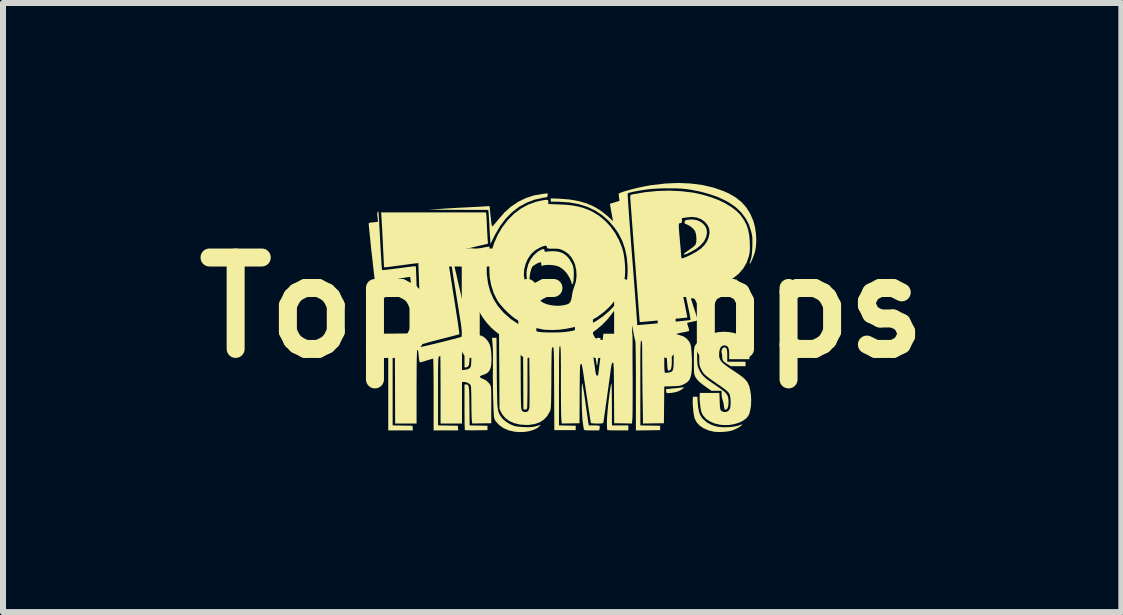
<source format=kicad_pcb>
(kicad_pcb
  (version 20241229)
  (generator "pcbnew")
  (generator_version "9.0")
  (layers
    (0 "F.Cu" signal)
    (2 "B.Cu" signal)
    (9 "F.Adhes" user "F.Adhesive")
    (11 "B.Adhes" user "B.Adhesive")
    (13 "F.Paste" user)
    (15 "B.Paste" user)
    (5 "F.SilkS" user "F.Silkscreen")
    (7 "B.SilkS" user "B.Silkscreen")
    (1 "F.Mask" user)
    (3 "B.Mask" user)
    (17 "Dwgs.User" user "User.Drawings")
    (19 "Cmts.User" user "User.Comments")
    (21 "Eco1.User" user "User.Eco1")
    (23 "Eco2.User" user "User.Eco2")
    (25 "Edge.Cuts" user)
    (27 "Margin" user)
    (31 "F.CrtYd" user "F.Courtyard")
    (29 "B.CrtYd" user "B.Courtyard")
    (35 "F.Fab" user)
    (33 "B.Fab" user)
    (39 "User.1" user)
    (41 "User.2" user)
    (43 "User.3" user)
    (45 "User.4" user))
  (footprint "TopTrumps"
    (layer "F.Cu")
    (at 6.321 2.077)
    (property "Reference" "TopTrumps" (at 0 0 0) (layer "F.SilkS") (effects (font (size 1.524 1.524) (thickness 0.3))))
    (attr board_only exclude_from_pos_files exclude_from_bom)
    (fp_poly (pts (xy -3.057 0.746) (xy -2.826 0.746) (xy -2.826 1.964) (xy -2.66 1.967) (xy -2.495 1.97) (xy -2.492 2.009) (xy -2.488 2.048) (xy -2.899 2.048) (xy -2.899 0.819) (xy -3.13 0.819) (xy -3.13 0.504) (xy -3.057 0.504)) (stroke (width 0) (type solid)) (fill yes) (layer "F.SilkS"))
    (fp_poly (pts (xy -1.599 0.703) (xy -1.575 0.715) (xy -1.559 0.737) (xy -1.549 0.773) (xy -1.545 0.826) (xy -1.544 0.851) (xy -1.547 0.911) (xy -1.554 0.954) (xy -1.568 0.98) (xy -1.588 0.994) (xy -1.6 0.996) (xy -1.628 0.999) (xy -1.628 0.695)) (stroke (width 0) (type solid)) (fill yes) (layer "F.SilkS"))
    (fp_poly (pts (xy 2.028 1.336) (xy 2.015 1.348) (xy 1.994 1.364) (xy 1.968 1.38) (xy 1.941 1.394) (xy 1.919 1.402) (xy 1.88 1.412) (xy 1.837 1.42) (xy 1.796 1.425) (xy 1.763 1.426) (xy 1.743 1.424) (xy 1.741 1.423) (xy 1.735 1.407) (xy 1.733 1.387) (xy 1.733 1.359) (xy 1.862 1.347) (xy 1.914 1.342) (xy 1.961 1.336) (xy 1.997 1.332) (xy 2.017 1.328) (xy 2.03 1.328)) (stroke (width 0) (type solid)) (fill yes) (layer "F.SilkS"))
    (fp_poly (pts (xy 2.722 0.666) (xy 2.737 0.679) (xy 2.746 0.705) (xy 2.751 0.747) (xy 2.752 0.808) (xy 2.752 0.81) (xy 2.752 0.903) (xy 3.057 0.903) (xy 3.057 0.977) (xy 2.808 0.977) (xy 2.745 0.936) (xy 2.707 0.91) (xy 2.684 0.888) (xy 2.673 0.865) (xy 2.668 0.836) (xy 2.668 0.818) (xy 2.666 0.786) (xy 2.66 0.761) (xy 2.659 0.758) (xy 2.655 0.733) (xy 2.661 0.704) (xy 2.674 0.677) (xy 2.693 0.665) (xy 2.702 0.664)) (stroke (width 0) (type solid)) (fill yes) (layer "F.SilkS"))
    (fp_poly (pts (xy 0.631 0.508) (xy 0.641 0.516) (xy 0.641 0.516) (xy 0.639 0.532) (xy 0.636 0.563) (xy 0.631 0.608) (xy 0.624 0.661) (xy 0.617 0.719) (xy 0.609 0.779) (xy 0.602 0.836) (xy 0.595 0.887) (xy 0.589 0.927) (xy 0.586 0.953) (xy 0.584 0.961) (xy 0.579 0.961) (xy 0.574 0.945) (xy 0.556 0.831) (xy 0.554 0.708) (xy 0.562 0.631) (xy 0.568 0.583) (xy 0.573 0.544) (xy 0.577 0.517) (xy 0.578 0.508) (xy 0.587 0.505) (xy 0.609 0.504) (xy 0.609 0.504)) (stroke (width 0) (type solid)) (fill yes) (layer "F.SilkS"))
    (fp_poly (pts (xy 1.784 0.706) (xy 1.808 0.72) (xy 1.821 0.738) (xy 1.821 0.738) (xy 1.824 0.758) (xy 1.826 0.793) (xy 1.827 0.839) (xy 1.828 0.883) (xy 1.826 0.949) (xy 1.821 0.996) (xy 1.812 1.027) (xy 1.798 1.045) (xy 1.778 1.05) (xy 1.776 1.05) (xy 1.767 1.048) (xy 1.761 1.04) (xy 1.757 1.02) (xy 1.753 0.988) (xy 1.75 0.938) (xy 1.747 0.884) (xy 1.743 0.831) (xy 1.739 0.787) (xy 1.737 0.768) (xy 1.735 0.736) (xy 1.737 0.712) (xy 1.74 0.704) (xy 1.759 0.7)) (stroke (width 0) (type solid)) (fill yes) (layer "F.SilkS"))
    (fp_poly (pts (xy -1.589 1.282) (xy -1.577 1.286) (xy -1.568 1.294) (xy -1.561 1.309) (xy -1.556 1.334) (xy -1.552 1.369) (xy -1.55 1.417) (xy -1.548 1.481) (xy -1.547 1.562) (xy -1.546 1.64) (xy -1.543 1.964) (xy -1.394 1.967) (xy -1.245 1.97) (xy -1.245 2.043) (xy -1.429 2.046) (xy -1.49 2.047) (xy -1.542 2.046) (xy -1.584 2.045) (xy -1.612 2.044) (xy -1.621 2.042) (xy -1.623 2.03) (xy -1.624 1.999) (xy -1.626 1.953) (xy -1.627 1.892) (xy -1.627 1.821) (xy -1.628 1.74) (xy -1.628 1.658) (xy -1.628 1.282) (xy -1.603 1.282)) (stroke (width 0) (type solid)) (fill yes) (layer "F.SilkS"))
    (fp_poly (pts (xy 0.822 1.27) (xy 0.824 1.294) (xy 0.826 1.336) (xy 0.827 1.394) (xy 0.828 1.468) (xy 0.829 1.554) (xy 0.829 1.605) (xy 0.83 1.964) (xy 1.103 1.964) (xy 1.103 2.048) (xy 0.931 2.048) (xy 0.873 2.048) (xy 0.823 2.047) (xy 0.784 2.045) (xy 0.759 2.043) (xy 0.753 2.041) (xy 0.75 2.029) (xy 0.748 1.999) (xy 0.746 1.958) (xy 0.746 1.907) (xy 0.746 1.903) (xy 0.747 1.859) (xy 0.751 1.802) (xy 0.756 1.736) (xy 0.763 1.663) (xy 0.771 1.587) (xy 0.78 1.512) (xy 0.789 1.44) (xy 0.798 1.376) (xy 0.806 1.324) (xy 0.814 1.285) (xy 0.819 1.266)) (stroke (width 0) (type solid)) (fill yes) (layer "F.SilkS"))
    (fp_poly (pts (xy 2.26 1.587) (xy 2.268 1.67) (xy 2.281 1.736) (xy 2.3 1.789) (xy 2.327 1.834) (xy 2.348 1.859) (xy 2.412 1.914) (xy 2.488 1.955) (xy 2.563 1.98) (xy 2.621 1.99) (xy 2.692 1.995) (xy 2.768 1.994) (xy 2.842 1.987) (xy 2.908 1.976) (xy 2.946 1.966) (xy 3.008 1.943) (xy 2.988 1.965) (xy 2.96 1.988) (xy 2.918 2.012) (xy 2.869 2.035) (xy 2.819 2.053) (xy 2.81 2.055) (xy 2.754 2.066) (xy 2.686 2.072) (xy 2.617 2.075) (xy 2.554 2.072) (xy 2.531 2.069) (xy 2.441 2.048) (xy 2.361 2.014) (xy 2.295 1.97) (xy 2.245 1.917) (xy 2.212 1.856) (xy 2.206 1.84) (xy 2.197 1.797) (xy 2.188 1.74) (xy 2.182 1.678) (xy 2.177 1.617) (xy 2.176 1.565) (xy 2.176 1.549) (xy 2.18 1.486) (xy 2.253 1.486)) (stroke (width 0) (type solid)) (fill yes) (layer "F.SilkS"))
    (fp_poly (pts (xy 2.236 -1.459) (xy 2.297 -1.436) (xy 2.347 -1.4) (xy 2.386 -1.355) (xy 2.408 -1.302) (xy 2.413 -1.242) (xy 2.397 -1.168) (xy 2.361 -1.099) (xy 2.304 -1.035) (xy 2.227 -0.975) (xy 2.138 -0.925) (xy 2.088 -0.901) (xy 2.054 -0.887) (xy 2.035 -0.883) (xy 2.029 -0.889) (xy 2.03 -0.894) (xy 2.04 -0.905) (xy 2.063 -0.924) (xy 2.097 -0.948) (xy 2.122 -0.965) (xy 2.161 -0.993) (xy 2.195 -1.02) (xy 2.217 -1.042) (xy 2.224 -1.051) (xy 2.234 -1.085) (xy 2.238 -1.131) (xy 2.236 -1.182) (xy 2.229 -1.231) (xy 2.217 -1.269) (xy 2.216 -1.272) (xy 2.186 -1.313) (xy 2.142 -1.351) (xy 2.092 -1.38) (xy 2.073 -1.387) (xy 2.049 -1.398) (xy 2.04 -1.411) (xy 2.04 -1.427) (xy 2.045 -1.444) (xy 2.057 -1.455) (xy 2.084 -1.462) (xy 2.093 -1.464) (xy 2.167 -1.469)) (stroke (width 0) (type solid)) (fill yes) (layer "F.SilkS"))
    (fp_poly (pts (xy 0.336 1.266) (xy 0.34 1.281) (xy 0.346 1.315) (xy 0.354 1.363) (xy 0.364 1.424) (xy 0.375 1.495) (xy 0.386 1.572) (xy 0.389 1.591) (xy 0.4 1.671) (xy 0.41 1.745) (xy 0.42 1.81) (xy 0.428 1.865) (xy 0.434 1.905) (xy 0.437 1.928) (xy 0.438 1.93) (xy 0.444 1.964) (xy 0.531 1.964) (xy 0.572 1.965) (xy 0.604 1.968) (xy 0.622 1.972) (xy 0.624 1.974) (xy 0.627 1.99) (xy 0.624 2.015) (xy 0.624 2.016) (xy 0.617 2.048) (xy 0.492 2.048) (xy 0.434 2.048) (xy 0.394 2.045) (xy 0.371 2.041) (xy 0.363 2.035) (xy 0.36 2.02) (xy 0.355 1.989) (xy 0.348 1.946) (xy 0.342 1.901) (xy 0.338 1.864) (xy 0.335 1.814) (xy 0.332 1.755) (xy 0.329 1.689) (xy 0.327 1.62) (xy 0.326 1.55) (xy 0.326 1.482) (xy 0.326 1.418) (xy 0.326 1.362) (xy 0.328 1.316) (xy 0.33 1.283) (xy 0.333 1.266)) (stroke (width 0) (type solid)) (fill yes) (layer "F.SilkS"))
    (fp_poly (pts (xy -0.242 -1.873) (xy -0.243 -1.857) (xy -0.248 -1.847) (xy -0.263 -1.84) (xy -0.292 -1.834) (xy -0.319 -1.83) (xy -0.463 -1.798) (xy -0.597 -1.746) (xy -0.722 -1.677) (xy -0.836 -1.589) (xy -0.941 -1.483) (xy -1.034 -1.359) (xy -1.117 -1.217) (xy -1.134 -1.184) (xy -1.195 -1.06) (xy -1.201 -1.157) (xy -1.205 -1.211) (xy -1.208 -1.276) (xy -1.212 -1.342) (xy -1.213 -1.376) (xy -1.216 -1.433) (xy -1.22 -1.489) (xy -1.223 -1.537) (xy -1.225 -1.563) (xy -1.231 -1.628) (xy -2.232 -1.631) (xy -2.043 -1.644) (xy -1.972 -1.649) (xy -1.887 -1.654) (xy -1.795 -1.66) (xy -1.703 -1.665) (xy -1.618 -1.669) (xy -1.612 -1.669) (xy -1.538 -1.673) (xy -1.465 -1.677) (xy -1.398 -1.68) (xy -1.342 -1.684) (xy -1.301 -1.686) (xy -1.291 -1.687) (xy -1.211 -1.692) (xy -1.204 -1.631) (xy -1.196 -1.546) (xy -1.188 -1.48) (xy -1.183 -1.43) (xy -1.178 -1.394) (xy -1.174 -1.371) (xy -1.171 -1.358) (xy -1.167 -1.353) (xy -1.162 -1.354) (xy -1.157 -1.359) (xy -1.153 -1.363) (xy -1.138 -1.379) (xy -1.114 -1.407) (xy -1.084 -1.443) (xy -1.066 -1.465) (xy -0.962 -1.585) (xy -0.85 -1.685) (xy -0.73 -1.765) (xy -0.602 -1.827) (xy -0.464 -1.871) (xy -0.317 -1.896) (xy -0.313 -1.896) (xy -0.242 -1.904)) (stroke (width 0) (type solid)) (fill yes) (layer "F.SilkS"))
    (fp_poly (pts (xy 2.262 0.632) (xy 2.253 0.684) (xy 2.249 0.75) (xy 2.25 0.833) (xy 2.25 0.835) (xy 2.252 0.893) (xy 2.254 0.934) (xy 2.258 0.966) (xy 2.265 0.992) (xy 2.276 1.019) (xy 2.286 1.041) (xy 2.306 1.08) (xy 2.33 1.114) (xy 2.36 1.147) (xy 2.398 1.182) (xy 2.449 1.22) (xy 2.514 1.266) (xy 2.521 1.271) (xy 2.594 1.32) (xy 2.651 1.361) (xy 2.695 1.395) (xy 2.727 1.425) (xy 2.748 1.452) (xy 2.762 1.48) (xy 2.769 1.51) (xy 2.773 1.546) (xy 2.773 1.586) (xy 2.769 1.641) (xy 2.756 1.679) (xy 2.736 1.699) (xy 2.722 1.702) (xy 2.71 1.698) (xy 2.703 1.683) (xy 2.698 1.654) (xy 2.696 1.639) (xy 2.69 1.597) (xy 2.68 1.557) (xy 2.674 1.538) (xy 2.664 1.504) (xy 2.658 1.462) (xy 2.658 1.443) (xy 2.658 1.387) (xy 2.488 1.387) (xy 2.41 1.333) (xy 2.342 1.284) (xy 2.291 1.242) (xy 2.254 1.204) (xy 2.227 1.168) (xy 2.219 1.153) (xy 2.211 1.136) (xy 2.205 1.119) (xy 2.201 1.098) (xy 2.198 1.071) (xy 2.197 1.033) (xy 2.196 0.982) (xy 2.195 0.915) (xy 2.195 0.889) (xy 2.196 0.81) (xy 2.197 0.749) (xy 2.199 0.703) (xy 2.204 0.668) (xy 2.211 0.643) (xy 2.222 0.623) (xy 2.236 0.605) (xy 2.251 0.59) (xy 2.277 0.566)) (stroke (width 0) (type solid)) (fill yes) (layer "F.SilkS"))
    (fp_poly (pts (xy -1.09 1.085) (xy -1.089 1.216) (xy -1.087 1.327) (xy -1.086 1.422) (xy -1.084 1.501) (xy -1.082 1.566) (xy -1.08 1.619) (xy -1.076 1.662) (xy -1.071 1.697) (xy -1.065 1.725) (xy -1.058 1.749) (xy -1.049 1.769) (xy -1.039 1.789) (xy -1.026 1.809) (xy -1.019 1.82) (xy -0.984 1.863) (xy -0.933 1.904) (xy -0.874 1.941) (xy -0.813 1.968) (xy -0.804 1.971) (xy -0.758 1.982) (xy -0.698 1.989) (xy -0.631 1.993) (xy -0.564 1.994) (xy -0.504 1.991) (xy -0.456 1.983) (xy -0.452 1.982) (xy -0.416 1.972) (xy -0.385 1.963) (xy -0.373 1.959) (xy -0.36 1.955) (xy -0.361 1.96) (xy -0.376 1.977) (xy -0.376 1.977) (xy -0.42 2.012) (xy -0.48 2.04) (xy -0.551 2.061) (xy -0.631 2.073) (xy -0.714 2.076) (xy -0.794 2.069) (xy -0.891 2.047) (xy -0.976 2.01) (xy -1.048 1.96) (xy -1.105 1.899) (xy -1.116 1.882) (xy -1.123 1.869) (xy -1.129 1.855) (xy -1.133 1.838) (xy -1.137 1.814) (xy -1.14 1.78) (xy -1.142 1.735) (xy -1.145 1.674) (xy -1.147 1.597) (xy -1.148 1.57) (xy -1.151 1.486) (xy -1.153 1.398) (xy -1.154 1.312) (xy -1.155 1.233) (xy -1.156 1.168) (xy -1.156 1.14) (xy -1.155 1.068) (xy -1.154 0.988) (xy -1.154 0.909) (xy -1.153 0.842) (xy -1.153 0.84) (xy -1.153 0.776) (xy -1.155 0.709) (xy -1.157 0.647) (xy -1.161 0.601) (xy -1.169 0.504) (xy -1.095 0.504)) (stroke (width 0) (type solid)) (fill yes) (layer "F.SilkS"))
    (fp_poly (pts (xy -0.299 -0.971) (xy -0.294 -0.952) (xy -0.294 -0.951) (xy -0.292 -0.934) (xy -0.282 -0.929) (xy -0.26 -0.933) (xy -0.233 -0.936) (xy -0.193 -0.939) (xy -0.148 -0.94) (xy -0.142 -0.94) (xy -0.06 -0.932) (xy 0.011 -0.907) (xy 0.071 -0.865) (xy 0.123 -0.805) (xy 0.165 -0.729) (xy 0.179 -0.695) (xy 0.187 -0.664) (xy 0.192 -0.628) (xy 0.194 -0.58) (xy 0.194 -0.567) (xy 0.193 -0.502) (xy 0.189 -0.45) (xy 0.182 -0.412) (xy 0.173 -0.392) (xy 0.168 -0.389) (xy 0.159 -0.397) (xy 0.158 -0.408) (xy 0.153 -0.427) (xy 0.141 -0.458) (xy 0.124 -0.495) (xy 0.121 -0.502) (xy 0.077 -0.572) (xy 0.023 -0.631) (xy -0.038 -0.674) (xy -0.057 -0.684) (xy -0.105 -0.698) (xy -0.164 -0.708) (xy -0.227 -0.712) (xy -0.284 -0.708) (xy -0.297 -0.706) (xy -0.347 -0.696) (xy -0.347 -0.726) (xy -0.351 -0.748) (xy -0.36 -0.756) (xy -0.384 -0.75) (xy -0.417 -0.736) (xy -0.452 -0.716) (xy -0.482 -0.696) (xy -0.498 -0.681) (xy -0.516 -0.641) (xy -0.531 -0.587) (xy -0.541 -0.526) (xy -0.545 -0.464) (xy -0.544 -0.446) (xy -0.544 -0.408) (xy -0.545 -0.381) (xy -0.547 -0.368) (xy -0.548 -0.368) (xy -0.555 -0.377) (xy -0.565 -0.4) (xy -0.571 -0.418) (xy -0.591 -0.499) (xy -0.595 -0.575) (xy -0.589 -0.629) (xy -0.566 -0.719) (xy -0.527 -0.801) (xy -0.474 -0.872) (xy -0.411 -0.929) (xy -0.384 -0.946) (xy -0.342 -0.968) (xy -0.314 -0.976)) (stroke (width 0) (type solid)) (fill yes) (layer "F.SilkS"))
    (fp_poly (pts (xy -1.267 -1.563) (xy -1.264 -1.544) (xy -1.262 -1.509) (xy -1.259 -1.461) (xy -1.256 -1.407) (xy -1.256 -1.387) (xy -1.253 -1.323) (xy -1.25 -1.259) (xy -1.246 -1.2) (xy -1.244 -1.155) (xy -1.243 -1.15) (xy -1.237 -1.065) (xy -1.383 -1.03) (xy -1.444 -1.016) (xy -1.518 -0.998) (xy -1.598 -0.979) (xy -1.677 -0.96) (xy -1.724 -0.949) (xy -1.919 -0.902) (xy -1.91 -0.848) (xy -1.907 -0.824) (xy -1.9 -0.783) (xy -1.891 -0.726) (xy -1.881 -0.658) (xy -1.869 -0.581) (xy -1.856 -0.498) (xy -1.849 -0.452) (xy -1.835 -0.364) (xy -1.822 -0.279) (xy -1.809 -0.2) (xy -1.798 -0.129) (xy -1.789 -0.071) (xy -1.782 -0.029) (xy -1.78 -0.016) (xy -1.766 0.077) (xy -1.752 0.165) (xy -1.74 0.244) (xy -1.73 0.313) (xy -1.722 0.37) (xy -1.716 0.413) (xy -1.714 0.438) (xy -1.714 0.445) (xy -1.725 0.448) (xy -1.753 0.456) (xy -1.796 0.467) (xy -1.851 0.482) (xy -1.914 0.498) (xy -1.959 0.509) (xy -2.031 0.528) (xy -2.101 0.546) (xy -2.163 0.562) (xy -2.214 0.576) (xy -2.251 0.586) (xy -2.262 0.59) (xy -2.306 0.603) (xy -2.334 0.608) (xy -2.348 0.606) (xy -2.353 0.597) (xy -2.353 0.596) (xy -2.353 0.577) (xy -2.354 0.54) (xy -2.356 0.488) (xy -2.358 0.421) (xy -2.36 0.344) (xy -2.363 0.257) (xy -2.366 0.163) (xy -2.37 0.064) (xy -2.373 -0.038) (xy -2.376 -0.141) (xy -2.38 -0.242) (xy -2.383 -0.34) (xy -2.386 -0.432) (xy -2.389 -0.515) (xy -2.392 -0.589) (xy -2.394 -0.651) (xy -2.396 -0.698) (xy -2.397 -0.729) (xy -2.398 -0.741) (xy -2.398 -0.741) (xy -2.408 -0.741) (xy -2.437 -0.737) (xy -2.481 -0.732) (xy -2.537 -0.725) (xy -2.602 -0.716) (xy -2.658 -0.708) (xy -2.73 -0.699) (xy -2.797 -0.69) (xy -2.855 -0.682) (xy -2.901 -0.677) (xy -2.931 -0.674) (xy -2.942 -0.673) (xy -2.969 -0.672) (xy -2.987 -1.032) (xy -2.991 -1.122) (xy -2.996 -1.21) (xy -3 -1.292) (xy -3.004 -1.365) (xy -3.008 -1.426) (xy -3.01 -1.471) (xy -3.011 -1.489) (xy -3.018 -1.586) (xy -1.271 -1.586)) (stroke (width 0) (type solid)) (fill yes) (layer "F.SilkS"))
    (fp_poly (pts (xy 2.782 0.408) (xy 2.872 0.425) (xy 2.954 0.455) (xy 3.009 0.485) (xy 3.048 0.516) (xy 3.076 0.554) (xy 3.096 0.602) (xy 3.109 0.663) (xy 3.117 0.741) (xy 3.117 0.746) (xy 3.123 0.861) (xy 2.784 0.861) (xy 2.784 0.774) (xy 2.781 0.713) (xy 2.77 0.67) (xy 2.752 0.644) (xy 2.724 0.632) (xy 2.706 0.63) (xy 2.668 0.639) (xy 2.64 0.666) (xy 2.623 0.71) (xy 2.619 0.742) (xy 2.616 0.787) (xy 2.619 0.826) (xy 2.63 0.86) (xy 2.649 0.893) (xy 2.679 0.925) (xy 2.723 0.961) (xy 2.78 1.003) (xy 2.852 1.05) (xy 2.924 1.098) (xy 2.981 1.139) (xy 3.024 1.173) (xy 3.056 1.204) (xy 3.081 1.234) (xy 3.094 1.255) (xy 3.119 1.311) (xy 3.136 1.382) (xy 3.147 1.461) (xy 3.151 1.544) (xy 3.148 1.627) (xy 3.137 1.703) (xy 3.12 1.768) (xy 3.104 1.803) (xy 3.066 1.848) (xy 3.012 1.888) (xy 2.944 1.92) (xy 2.868 1.943) (xy 2.785 1.957) (xy 2.7 1.959) (xy 2.636 1.954) (xy 2.541 1.932) (xy 2.46 1.897) (xy 2.395 1.852) (xy 2.346 1.795) (xy 2.326 1.755) (xy 2.316 1.723) (xy 2.307 1.677) (xy 2.3 1.622) (xy 2.294 1.565) (xy 2.291 1.513) (xy 2.292 1.476) (xy 2.295 1.423) (xy 2.621 1.423) (xy 2.626 1.564) (xy 2.628 1.621) (xy 2.631 1.66) (xy 2.635 1.687) (xy 2.64 1.704) (xy 2.647 1.715) (xy 2.656 1.724) (xy 2.693 1.741) (xy 2.731 1.741) (xy 2.767 1.725) (xy 2.793 1.694) (xy 2.796 1.687) (xy 2.804 1.656) (xy 2.808 1.611) (xy 2.808 1.56) (xy 2.805 1.51) (xy 2.798 1.469) (xy 2.796 1.459) (xy 2.787 1.439) (xy 2.776 1.42) (xy 2.758 1.4) (xy 2.731 1.376) (xy 2.694 1.348) (xy 2.644 1.312) (xy 2.584 1.271) (xy 2.515 1.223) (xy 2.461 1.185) (xy 2.42 1.154) (xy 2.389 1.128) (xy 2.366 1.105) (xy 2.348 1.083) (xy 2.333 1.058) (xy 2.319 1.032) (xy 2.306 1.004) (xy 2.297 0.981) (xy 2.291 0.958) (xy 2.287 0.932) (xy 2.285 0.896) (xy 2.285 0.846) (xy 2.285 0.804) (xy 2.285 0.741) (xy 2.286 0.695) (xy 2.289 0.661) (xy 2.294 0.635) (xy 2.301 0.613) (xy 2.31 0.591) (xy 2.331 0.553) (xy 2.358 0.517) (xy 2.372 0.503) (xy 2.436 0.46) (xy 2.512 0.429) (xy 2.599 0.41) (xy 2.69 0.403)) (stroke (width 0) (type solid)) (fill yes) (layer "F.SilkS"))
    (fp_poly (pts (xy -0.242 -1.793) (xy -0.234 -1.784) (xy -0.231 -1.767) (xy -0.231 -1.761) (xy -0.231 -1.726) (xy -0.05 -1.719) (xy 0.072 -1.713) (xy 0.178 -1.701) (xy 0.272 -1.683) (xy 0.36 -1.658) (xy 0.444 -1.626) (xy 0.502 -1.599) (xy 0.61 -1.534) (xy 0.71 -1.452) (xy 0.801 -1.355) (xy 0.881 -1.245) (xy 0.947 -1.125) (xy 0.998 -0.998) (xy 1.015 -0.94) (xy 1.031 -0.862) (xy 1.042 -0.773) (xy 1.049 -0.681) (xy 1.05 -0.592) (xy 1.045 -0.513) (xy 1.04 -0.479) (xy 1.008 -0.358) (xy 0.957 -0.24) (xy 0.888 -0.129) (xy 0.802 -0.025) (xy 0.701 0.07) (xy 0.587 0.155) (xy 0.46 0.228) (xy 0.322 0.288) (xy 0.278 0.304) (xy 0.175 0.332) (xy 0.063 0.354) (xy -0.053 0.369) (xy -0.166 0.374) (xy -0.269 0.371) (xy -0.31 0.367) (xy -0.456 0.337) (xy -0.597 0.286) (xy -0.731 0.218) (xy -0.793 0.178) (xy -0.846 0.137) (xy -0.903 0.086) (xy -0.96 0.029) (xy -1.013 -0.029) (xy -1.056 -0.083) (xy -1.08 -0.118) (xy -1.141 -0.24) (xy -1.183 -0.37) (xy -1.208 -0.507) (xy -1.21 -0.54) (xy -0.639 -0.54) (xy -0.624 -0.446) (xy -0.589 -0.356) (xy -0.533 -0.271) (xy -0.48 -0.211) (xy -0.418 -0.153) (xy -0.364 -0.11) (xy -0.313 -0.079) (xy -0.262 -0.058) (xy -0.257 -0.056) (xy -0.19 -0.04) (xy -0.115 -0.031) (xy -0.039 -0.031) (xy 0.032 -0.04) (xy 0.09 -0.056) (xy 0.096 -0.059) (xy 0.118 -0.072) (xy 0.135 -0.092) (xy 0.148 -0.123) (xy 0.159 -0.167) (xy 0.167 -0.223) (xy 0.177 -0.27) (xy 0.192 -0.322) (xy 0.204 -0.354) (xy 0.23 -0.438) (xy 0.24 -0.53) (xy 0.235 -0.623) (xy 0.216 -0.712) (xy 0.192 -0.772) (xy 0.151 -0.841) (xy 0.104 -0.894) (xy 0.046 -0.935) (xy 0.024 -0.948) (xy -0.011 -0.964) (xy -0.04 -0.974) (xy -0.07 -0.98) (xy -0.107 -0.982) (xy -0.149 -0.982) (xy -0.196 -0.982) (xy -0.226 -0.984) (xy -0.243 -0.987) (xy -0.251 -0.993) (xy -0.254 -1.004) (xy -0.254 -1.008) (xy -0.261 -1.025) (xy -0.276 -1.032) (xy -0.302 -1.027) (xy -0.343 -1.012) (xy -0.373 -0.999) (xy -0.453 -0.952) (xy -0.519 -0.89) (xy -0.572 -0.813) (xy -0.607 -0.735) (xy -0.633 -0.637) (xy -0.639 -0.54) (xy -1.21 -0.54) (xy -1.215 -0.648) (xy -1.205 -0.791) (xy -1.178 -0.935) (xy -1.134 -1.076) (xy -1.073 -1.213) (xy -0.998 -1.34) (xy -0.905 -1.461) (xy -0.802 -1.564) (xy -0.689 -1.649) (xy -0.567 -1.716) (xy -0.436 -1.764) (xy -0.342 -1.785) (xy -0.293 -1.793) (xy -0.261 -1.796)) (stroke (width 0) (type solid)) (fill yes) (layer "F.SilkS"))
    (fp_poly (pts (xy 1.981 -1.94) (xy 2.169 -1.918) (xy 2.204 -1.912) (xy 2.343 -1.881) (xy 2.477 -1.841) (xy 2.602 -1.794) (xy 2.716 -1.739) (xy 2.817 -1.678) (xy 2.903 -1.613) (xy 2.97 -1.545) (xy 2.98 -1.532) (xy 3.033 -1.455) (xy 3.073 -1.379) (xy 3.1 -1.298) (xy 3.118 -1.207) (xy 3.127 -1.102) (xy 3.128 -1.087) (xy 3.129 -1.023) (xy 3.129 -0.974) (xy 3.127 -0.934) (xy 3.121 -0.898) (xy 3.113 -0.86) (xy 3.111 -0.852) (xy 3.074 -0.746) (xy 3.018 -0.651) (xy 2.946 -0.566) (xy 2.855 -0.493) (xy 2.749 -0.431) (xy 2.626 -0.381) (xy 2.577 -0.365) (xy 2.541 -0.356) (xy 2.507 -0.349) (xy 2.469 -0.345) (xy 2.422 -0.343) (xy 2.362 -0.342) (xy 2.327 -0.342) (xy 2.257 -0.342) (xy 2.204 -0.344) (xy 2.161 -0.347) (xy 2.124 -0.353) (xy 2.087 -0.361) (xy 2.072 -0.365) (xy 2.032 -0.376) (xy 2 -0.384) (xy 1.982 -0.388) (xy 1.979 -0.389) (xy 1.977 -0.38) (xy 1.979 -0.362) (xy 1.985 -0.336) (xy 1.994 -0.296) (xy 2.005 -0.245) (xy 2.017 -0.187) (xy 2.03 -0.124) (xy 2.043 -0.059) (xy 2.055 0.003) (xy 2.066 0.059) (xy 2.076 0.107) (xy 2.082 0.142) (xy 2.086 0.162) (xy 2.086 0.166) (xy 2.075 0.167) (xy 2.047 0.17) (xy 2.003 0.175) (xy 1.946 0.181) (xy 1.88 0.187) (xy 1.807 0.195) (xy 1.73 0.202) (xy 1.652 0.21) (xy 1.575 0.217) (xy 1.502 0.224) (xy 1.437 0.23) (xy 1.382 0.235) (xy 1.34 0.239) (xy 1.313 0.241) (xy 1.305 0.242) (xy 1.293 0.238) (xy 1.292 0.236) (xy 1.291 0.225) (xy 1.289 0.195) (xy 1.285 0.146) (xy 1.28 0.081) (xy 1.274 0.000485) (xy 1.267 -0.094) (xy 1.259 -0.2) (xy 1.25 -0.318) (xy 1.24 -0.445) (xy 1.229 -0.58) (xy 1.219 -0.722) (xy 1.213 -0.79) (xy 1.202 -0.935) (xy 1.191 -1.075) (xy 1.181 -1.207) (xy 1.172 -1.332) (xy 1.17 -1.36) (xy 1.944 -1.36) (xy 1.945 -1.326) (xy 1.949 -1.278) (xy 1.954 -1.215) (xy 1.961 -1.134) (xy 1.964 -1.098) (xy 1.97 -1.029) (xy 1.976 -0.966) (xy 1.98 -0.912) (xy 1.983 -0.871) (xy 1.985 -0.846) (xy 1.985 -0.842) (xy 1.988 -0.825) (xy 2 -0.821) (xy 2.014 -0.824) (xy 2.036 -0.832) (xy 2.071 -0.846) (xy 2.113 -0.865) (xy 2.138 -0.877) (xy 2.235 -0.929) (xy 2.313 -0.984) (xy 2.372 -1.042) (xy 2.416 -1.106) (xy 2.443 -1.173) (xy 2.457 -1.247) (xy 2.451 -1.314) (xy 2.424 -1.374) (xy 2.378 -1.429) (xy 2.376 -1.431) (xy 2.314 -1.475) (xy 2.244 -1.501) (xy 2.165 -1.511) (xy 2.075 -1.503) (xy 2.071 -1.502) (xy 1.996 -1.49) (xy 1.996 -1.449) (xy 1.994 -1.422) (xy 1.987 -1.41) (xy 1.971 -1.408) (xy 1.97 -1.408) (xy 1.96 -1.407) (xy 1.953 -1.404) (xy 1.948 -1.397) (xy 1.945 -1.383) (xy 1.944 -1.36) (xy 1.17 -1.36) (xy 1.163 -1.446) (xy 1.156 -1.549) (xy 1.149 -1.639) (xy 1.143 -1.715) (xy 1.139 -1.775) (xy 1.136 -1.817) (xy 1.135 -1.841) (xy 1.134 -1.845) (xy 1.136 -1.865) (xy 1.144 -1.877) (xy 1.163 -1.884) (xy 1.188 -1.89) (xy 1.381 -1.923) (xy 1.581 -1.943) (xy 1.783 -1.949)) (stroke (width 0) (type solid)) (fill yes) (layer "F.SilkS"))
    (fp_poly (pts (xy 2.144 -2.068) (xy 2.338 -2.043) (xy 2.519 -2.001) (xy 2.689 -1.942) (xy 2.778 -1.902) (xy 2.893 -1.836) (xy 2.99 -1.758) (xy 3.07 -1.668) (xy 3.135 -1.565) (xy 3.186 -1.446) (xy 3.192 -1.429) (xy 3.216 -1.331) (xy 3.231 -1.225) (xy 3.236 -1.118) (xy 3.23 -1.016) (xy 3.215 -0.932) (xy 3.204 -0.896) (xy 3.189 -0.855) (xy 3.173 -0.813) (xy 3.156 -0.776) (xy 3.141 -0.746) (xy 3.13 -0.729) (xy 3.125 -0.727) (xy 3.126 -0.738) (xy 3.132 -0.764) (xy 3.143 -0.798) (xy 3.143 -0.799) (xy 3.153 -0.835) (xy 3.16 -0.876) (xy 3.165 -0.926) (xy 3.169 -0.991) (xy 3.17 -1.02) (xy 3.171 -1.085) (xy 3.171 -1.134) (xy 3.169 -1.175) (xy 3.164 -1.211) (xy 3.155 -1.25) (xy 3.151 -1.267) (xy 3.113 -1.385) (xy 3.057 -1.491) (xy 2.985 -1.586) (xy 2.895 -1.672) (xy 2.786 -1.748) (xy 2.712 -1.789) (xy 2.592 -1.844) (xy 2.457 -1.891) (xy 2.311 -1.931) (xy 2.159 -1.962) (xy 2.064 -1.976) (xy 1.99 -1.983) (xy 1.901 -1.987) (xy 1.803 -1.988) (xy 1.7 -1.988) (xy 1.6 -1.984) (xy 1.507 -1.979) (xy 1.428 -1.971) (xy 1.423 -1.97) (xy 1.357 -1.961) (xy 1.291 -1.95) (xy 1.229 -1.939) (xy 1.174 -1.928) (xy 1.131 -1.918) (xy 1.102 -1.909) (xy 1.092 -1.904) (xy 1.092 -1.893) (xy 1.093 -1.862) (xy 1.096 -1.813) (xy 1.1 -1.747) (xy 1.106 -1.666) (xy 1.112 -1.571) (xy 1.12 -1.463) (xy 1.129 -1.345) (xy 1.138 -1.217) (xy 1.148 -1.08) (xy 1.159 -0.937) (xy 1.167 -0.835) (xy 1.179 -0.687) (xy 1.19 -0.545) (xy 1.2 -0.409) (xy 1.21 -0.282) (xy 1.219 -0.164) (xy 1.227 -0.058) (xy 1.234 0.035) (xy 1.239 0.114) (xy 1.244 0.178) (xy 1.247 0.224) (xy 1.249 0.252) (xy 1.25 0.26) (xy 1.25 0.293) (xy 1.321 0.287) (xy 1.413 0.279) (xy 1.508 0.271) (xy 1.604 0.262) (xy 1.699 0.253) (xy 1.791 0.244) (xy 1.876 0.236) (xy 1.954 0.228) (xy 2.021 0.221) (xy 2.075 0.215) (xy 2.114 0.211) (xy 2.136 0.207) (xy 2.139 0.207) (xy 2.139 0.195) (xy 2.134 0.166) (xy 2.127 0.122) (xy 2.116 0.066) (xy 2.102 0.001) (xy 2.09 -0.058) (xy 2.075 -0.128) (xy 2.062 -0.192) (xy 2.052 -0.246) (xy 2.044 -0.287) (xy 2.04 -0.312) (xy 2.039 -0.32) (xy 2.051 -0.32) (xy 2.077 -0.316) (xy 2.113 -0.31) (xy 2.117 -0.309) (xy 2.182 -0.3) (xy 2.261 -0.296) (xy 2.345 -0.295) (xy 2.427 -0.299) (xy 2.501 -0.307) (xy 2.523 -0.311) (xy 2.644 -0.342) (xy 2.762 -0.39) (xy 2.84 -0.432) (xy 2.874 -0.451) (xy 2.901 -0.465) (xy 2.915 -0.47) (xy 2.916 -0.47) (xy 2.912 -0.46) (xy 2.894 -0.441) (xy 2.866 -0.416) (xy 2.831 -0.388) (xy 2.792 -0.358) (xy 2.753 -0.331) (xy 2.749 -0.329) (xy 2.635 -0.265) (xy 2.511 -0.216) (xy 2.375 -0.182) (xy 2.262 -0.165) (xy 2.145 -0.152) (xy 2.196 0.005) (xy 2.219 0.076) (xy 2.236 0.129) (xy 2.247 0.167) (xy 2.251 0.193) (xy 2.249 0.209) (xy 2.239 0.219) (xy 2.222 0.225) (xy 2.198 0.23) (xy 2.173 0.235) (xy 2.133 0.243) (xy 2.102 0.25) (xy 2.085 0.255) (xy 2.083 0.256) (xy 2.085 0.267) (xy 2.092 0.292) (xy 2.101 0.32) (xy 2.111 0.353) (xy 2.117 0.378) (xy 2.117 0.388) (xy 2.105 0.393) (xy 2.078 0.4) (xy 2.038 0.409) (xy 2.007 0.415) (xy 1.964 0.423) (xy 1.93 0.432) (xy 1.91 0.438) (xy 1.907 0.442) (xy 1.919 0.448) (xy 1.944 0.455) (xy 1.951 0.457) (xy 2.019 0.479) (xy 2.076 0.517) (xy 2.119 0.57) (xy 2.138 0.609) (xy 2.146 0.641) (xy 2.152 0.69) (xy 2.157 0.751) (xy 2.161 0.819) (xy 2.163 0.89) (xy 2.163 0.959) (xy 2.161 1.023) (xy 2.157 1.077) (xy 2.154 1.1) (xy 2.14 1.162) (xy 2.119 1.207) (xy 2.087 1.242) (xy 2.043 1.271) (xy 2.033 1.276) (xy 2.005 1.289) (xy 1.98 1.298) (xy 1.953 1.304) (xy 1.918 1.308) (xy 1.87 1.31) (xy 1.836 1.311) (xy 1.702 1.316) (xy 1.696 1.928) (xy 1.522 1.93) (xy 1.348 1.933) (xy 1.341 1.516) (xy 1.339 1.409) (xy 1.338 1.297) (xy 1.337 1.183) (xy 1.336 1.072) (xy 1.335 0.97) (xy 1.334 0.88) (xy 1.334 0.822) (xy 1.334 0.738) (xy 1.334 0.673) (xy 1.333 0.659) (xy 1.702 0.659) (xy 1.702 0.87) (xy 1.702 0.946) (xy 1.703 1.004) (xy 1.705 1.045) (xy 1.708 1.071) (xy 1.712 1.084) (xy 1.715 1.086) (xy 1.736 1.088) (xy 1.768 1.085) (xy 1.801 1.078) (xy 1.82 1.07) (xy 1.835 1.058) (xy 1.846 1.039) (xy 1.853 1.01) (xy 1.857 0.967) (xy 1.859 0.908) (xy 1.859 0.867) (xy 1.859 0.809) (xy 1.858 0.769) (xy 1.855 0.741) (xy 1.851 0.723) (xy 1.844 0.709) (xy 1.836 0.699) (xy 1.812 0.68) (xy 1.779 0.669) (xy 1.757 0.665) (xy 1.702 0.659) (xy 1.333 0.659) (xy 1.333 0.625) (xy 1.331 0.591) (xy 1.329 0.569) (xy 1.326 0.557) (xy 1.322 0.553) (xy 1.318 0.553) (xy 1.315 0.556) (xy 1.312 0.564) (xy 1.31 0.578) (xy 1.308 0.6) (xy 1.307 0.631) (xy 1.305 0.672) (xy 1.304 0.726) (xy 1.304 0.793) (xy 1.303 0.874) (xy 1.303 0.972) (xy 1.303 1.088) (xy 1.303 1.223) (xy 1.303 1.261) (xy 1.303 1.964) (xy 1.468 1.967) (xy 1.633 1.97) (xy 1.633 2.043) (xy 1.431 2.046) (xy 1.229 2.049) (xy 1.229 1.31) (xy 1.229 1.187) (xy 1.229 1.071) (xy 1.228 0.962) (xy 1.227 0.862) (xy 1.226 0.774) (xy 1.225 0.699) (xy 1.224 0.639) (xy 1.223 0.594) (xy 1.221 0.568) (xy 1.22 0.561) (xy 1.216 0.549) (xy 1.209 0.519) (xy 1.199 0.472) (xy 1.187 0.411) (xy 1.174 0.34) (xy 1.158 0.259) (xy 1.142 0.171) (xy 1.139 0.155) (xy 1.068 -0.242) (xy 1.03 -0.17) (xy 0.992 -0.104) (xy 0.95 -0.042) (xy 0.91 0.008) (xy 0.887 0.032) (xy 0.865 0.056) (xy 0.839 0.089) (xy 0.827 0.105) (xy 0.753 0.199) (xy 0.665 0.29) (xy 0.567 0.372) (xy 0.508 0.414) (xy 0.483 0.433) (xy 0.469 0.449) (xy 0.468 0.455) (xy 0.47 0.468) (xy 0.475 0.5) (xy 0.482 0.546) (xy 0.491 0.606) (xy 0.5 0.675) (xy 0.511 0.752) (xy 0.514 0.777) (xy 0.525 0.857) (xy 0.535 0.93) (xy 0.545 0.995) (xy 0.552 1.048) (xy 0.558 1.087) (xy 0.562 1.108) (xy 0.562 1.111) (xy 0.571 1.127) (xy 0.586 1.135) (xy 0.597 1.133) (xy 0.6 1.127) (xy 0.601 1.115) (xy 0.605 1.084) (xy 0.611 1.038) (xy 0.618 0.979) (xy 0.627 0.909) (xy 0.637 0.83) (xy 0.644 0.777) (xy 0.688 0.436) (xy 1.171 0.436) (xy 1.174 1.087) (xy 1.175 1.206) (xy 1.175 1.32) (xy 1.175 1.429) (xy 1.175 1.529) (xy 1.174 1.62) (xy 1.174 1.698) (xy 1.173 1.761) (xy 1.172 1.808) (xy 1.171 1.836) (xy 1.164 1.933) (xy 1.015 1.93) (xy 0.867 1.928) (xy 0.864 1.42) (xy 0.863 1.303) (xy 0.863 1.206) (xy 0.862 1.126) (xy 0.861 1.063) (xy 0.86 1.013) (xy 0.858 0.976) (xy 0.856 0.949) (xy 0.854 0.932) (xy 0.851 0.921) (xy 0.848 0.917) (xy 0.844 0.916) (xy 0.843 0.916) (xy 0.834 0.922) (xy 0.827 0.937) (xy 0.82 0.966) (xy 0.813 1.012) (xy 0.811 1.024) (xy 0.804 1.08) (xy 0.795 1.148) (xy 0.785 1.224) (xy 0.773 1.307) (xy 0.761 1.394) (xy 0.749 1.481) (xy 0.737 1.567) (xy 0.725 1.649) (xy 0.715 1.725) (xy 0.705 1.791) (xy 0.698 1.845) (xy 0.692 1.884) (xy 0.688 1.906) (xy 0.688 1.909) (xy 0.684 1.92) (xy 0.676 1.927) (xy 0.66 1.931) (xy 0.631 1.933) (xy 0.586 1.933) (xy 0.583 1.933) (xy 0.54 1.932) (xy 0.505 1.93) (xy 0.484 1.927) (xy 0.48 1.925) (xy 0.477 1.913) (xy 0.472 1.883) (xy 0.464 1.836) (xy 0.455 1.775) (xy 0.443 1.701) (xy 0.43 1.617) (xy 0.417 1.525) (xy 0.405 1.45) (xy 0.388 1.333) (xy 0.373 1.235) (xy 0.361 1.155) (xy 0.352 1.09) (xy 0.344 1.04) (xy 0.337 1.001) (xy 0.332 0.974) (xy 0.328 0.956) (xy 0.324 0.945) (xy 0.321 0.94) (xy 0.318 0.939) (xy 0.314 0.94) (xy 0.31 0.942) (xy 0.306 0.945) (xy 0.303 0.955) (xy 0.3 0.971) (xy 0.298 0.997) (xy 0.297 1.033) (xy 0.295 1.082) (xy 0.294 1.145) (xy 0.293 1.223) (xy 0.292 1.32) (xy 0.292 1.435) (xy 0.292 1.438) (xy 0.289 1.928) (xy -0.007 1.933) (xy -0.014 1.862) (xy -0.015 1.838) (xy -0.017 1.795) (xy -0.018 1.736) (xy -0.019 1.662) (xy -0.02 1.577) (xy -0.02 1.481) (xy -0.021 1.378) (xy -0.021 1.269) (xy -0.021 1.216) (xy -0.021 1.09) (xy -0.021 0.984) (xy -0.022 0.895) (xy -0.022 0.823) (xy -0.023 0.766) (xy -0.024 0.721) (xy -0.026 0.688) (xy -0.028 0.666) (xy -0.03 0.651) (xy -0.033 0.643) (xy -0.036 0.641) (xy -0.037 0.641) (xy -0.04 0.643) (xy -0.043 0.65) (xy -0.045 0.663) (xy -0.047 0.684) (xy -0.049 0.714) (xy -0.05 0.755) (xy -0.051 0.808) (xy -0.052 0.875) (xy -0.052 0.957) (xy -0.052 1.056) (xy -0.052 1.172) (xy -0.053 1.302) (xy -0.053 1.964) (xy 0.226 1.97) (xy 0.226 2.043) (xy -0.131 2.043) (xy -0.134 1.352) (xy -0.135 1.215) (xy -0.135 1.097) (xy -0.136 0.998) (xy -0.136 0.914) (xy -0.137 0.846) (xy -0.138 0.791) (xy -0.139 0.749) (xy -0.141 0.717) (xy -0.143 0.694) (xy -0.145 0.678) (xy -0.147 0.669) (xy -0.15 0.664) (xy -0.154 0.662) (xy -0.157 0.662) (xy -0.161 0.662) (xy -0.165 0.665) (xy -0.169 0.673) (xy -0.171 0.686) (xy -0.173 0.706) (xy -0.175 0.736) (xy -0.176 0.778) (xy -0.177 0.831) (xy -0.178 0.9) (xy -0.179 0.985) (xy -0.18 1.088) (xy -0.18 1.174) (xy -0.181 1.291) (xy -0.182 1.389) (xy -0.183 1.47) (xy -0.184 1.535) (xy -0.185 1.587) (xy -0.187 1.628) (xy -0.189 1.659) (xy -0.191 1.682) (xy -0.194 1.7) (xy -0.198 1.714) (xy -0.202 1.726) (xy -0.207 1.736) (xy -0.251 1.811) (xy -0.308 1.87) (xy -0.377 1.914) (xy -0.46 1.942) (xy -0.557 1.956) (xy -0.599 1.957) (xy -0.703 1.95) (xy -0.796 1.928) (xy -0.878 1.893) (xy -0.945 1.844) (xy -0.997 1.782) (xy -1.021 1.74) (xy -1.045 1.686) (xy -1.048 1.064) (xy -1.05 0.831) (xy -0.692 0.831) (xy -0.692 0.908) (xy -0.692 1.002) (xy -0.691 1.115) (xy -0.691 1.161) (xy -0.69 1.281) (xy -0.69 1.382) (xy -0.689 1.466) (xy -0.688 1.534) (xy -0.687 1.588) (xy -0.685 1.63) (xy -0.684 1.661) (xy -0.681 1.684) (xy -0.679 1.699) (xy -0.676 1.71) (xy -0.672 1.717) (xy -0.668 1.722) (xy -0.639 1.74) (xy -0.604 1.742) (xy -0.573 1.73) (xy -0.559 1.71) (xy -0.549 1.678) (xy -0.547 1.669) (xy -0.546 1.649) (xy -0.545 1.611) (xy -0.544 1.556) (xy -0.544 1.487) (xy -0.543 1.407) (xy -0.544 1.317) (xy -0.544 1.22) (xy -0.545 1.137) (xy -0.546 1.021) (xy -0.547 0.925) (xy -0.548 0.846) (xy -0.549 0.783) (xy -0.551 0.735) (xy -0.552 0.699) (xy -0.555 0.675) (xy -0.557 0.66) (xy -0.561 0.653) (xy -0.563 0.651) (xy -0.566 0.654) (xy -0.569 0.663) (xy -0.572 0.68) (xy -0.574 0.707) (xy -0.575 0.745) (xy -0.576 0.797) (xy -0.577 0.862) (xy -0.578 0.944) (xy -0.578 1.044) (xy -0.578 1.153) (xy -0.578 1.254) (xy -0.578 1.35) (xy -0.579 1.437) (xy -0.58 1.515) (xy -0.581 1.58) (xy -0.582 1.63) (xy -0.583 1.664) (xy -0.585 1.679) (xy -0.595 1.697) (xy -0.616 1.7) (xy -0.619 1.7) (xy -0.646 1.696) (xy -0.649 1.165) (xy -0.649 1.045) (xy -0.65 0.945) (xy -0.651 0.863) (xy -0.651 0.796) (xy -0.652 0.744) (xy -0.654 0.704) (xy -0.655 0.674) (xy -0.658 0.654) (xy -0.66 0.641) (xy -0.663 0.633) (xy -0.667 0.629) (xy -0.672 0.627) (xy -0.673 0.627) (xy -0.677 0.626) (xy -0.681 0.627) (xy -0.685 0.632) (xy -0.687 0.642) (xy -0.689 0.659) (xy -0.691 0.685) (xy -0.692 0.721) (xy -0.692 0.769) (xy -0.692 0.831) (xy -1.05 0.831) (xy -1.052 0.442) (xy -1.101 0.406) (xy -1.178 0.34) (xy -1.253 0.259) (xy -1.323 0.167) (xy -1.382 0.07) (xy -1.396 0.045) (xy -1.441 -0.065) (xy -1.473 -0.189) (xy -1.492 -0.322) (xy -1.498 -0.461) (xy -1.49 -0.601) (xy -1.467 -0.741) (xy -1.457 -0.786) (xy -1.446 -0.835) (xy -1.441 -0.867) (xy -1.443 -0.88) (xy -1.444 -0.88) (xy -1.458 -0.876) (xy -1.488 -0.868) (xy -1.532 -0.855) (xy -1.585 -0.84) (xy -1.637 -0.825) (xy -1.704 -0.805) (xy -1.752 -0.789) (xy -1.785 -0.777) (xy -1.804 -0.768) (xy -1.812 -0.76) (xy -1.812 -0.756) (xy -1.809 -0.743) (xy -1.801 -0.711) (xy -1.79 -0.664) (xy -1.776 -0.603) (xy -1.759 -0.531) (xy -1.741 -0.45) (xy -1.721 -0.362) (xy -1.717 -0.347) (xy -1.695 -0.249) (xy -1.672 -0.148) (xy -1.649 -0.05) (xy -1.628 0.043) (xy -1.609 0.127) (xy -1.592 0.197) (xy -1.582 0.241) (xy -1.538 0.435) (xy -1.447 0.448) (xy -1.387 0.459) (xy -1.342 0.471) (xy -1.307 0.489) (xy -1.277 0.515) (xy -1.257 0.537) (xy -1.228 0.576) (xy -1.207 0.619) (xy -1.193 0.67) (xy -1.184 0.735) (xy -1.179 0.798) (xy -1.178 0.889) (xy -1.183 0.961) (xy -1.196 1.017) (xy -1.218 1.06) (xy -1.249 1.091) (xy -1.29 1.113) (xy -1.315 1.121) (xy -1.354 1.135) (xy -1.372 1.149) (xy -1.369 1.163) (xy -1.346 1.177) (xy -1.331 1.183) (xy -1.268 1.214) (xy -1.22 1.259) (xy -1.206 1.279) (xy -1.199 1.291) (xy -1.194 1.303) (xy -1.189 1.318) (xy -1.186 1.338) (xy -1.184 1.365) (xy -1.183 1.403) (xy -1.182 1.454) (xy -1.182 1.521) (xy -1.182 1.605) (xy -1.182 1.623) (xy -1.182 1.928) (xy -1.34 1.93) (xy -1.499 1.933) (xy -1.506 1.878) (xy -1.508 1.851) (xy -1.51 1.808) (xy -1.511 1.751) (xy -1.513 1.684) (xy -1.513 1.612) (xy -1.514 1.576) (xy -1.514 1.504) (xy -1.515 1.439) (xy -1.517 1.382) (xy -1.519 1.338) (xy -1.521 1.31) (xy -1.522 1.303) (xy -1.538 1.278) (xy -1.569 1.257) (xy -1.607 1.243) (xy -1.636 1.24) (xy -1.67 1.24) (xy -1.67 1.933) (xy -2.027 1.933) (xy -2.027 1.371) (xy -2.027 1.264) (xy -2.028 1.165) (xy -2.028 1.073) (xy -2.028 1.043) (xy -1.67 1.043) (xy -1.616 1.036) (xy -1.571 1.026) (xy -1.541 1.01) (xy -1.539 1.008) (xy -1.53 0.996) (xy -1.523 0.979) (xy -1.519 0.954) (xy -1.516 0.915) (xy -1.514 0.871) (xy -1.514 0.804) (xy -1.517 0.755) (xy -1.526 0.721) (xy -1.54 0.697) (xy -1.562 0.681) (xy -1.572 0.676) (xy -1.615 0.663) (xy -1.646 0.665) (xy -1.662 0.682) (xy -1.664 0.685) (xy -1.666 0.704) (xy -1.668 0.739) (xy -1.669 0.787) (xy -1.67 0.843) (xy -1.67 0.876) (xy -1.67 1.043) (xy -2.028 1.043) (xy -2.029 0.992) (xy -2.029 0.924) (xy -2.03 0.869) (xy -2.031 0.831) (xy -2.031 0.811) (xy -2.032 0.809) (xy -2.044 0.812) (xy -2.053 0.815) (xy -2.056 0.818) (xy -2.059 0.826) (xy -2.062 0.839) (xy -2.064 0.859) (xy -2.066 0.889) (xy -2.067 0.929) (xy -2.068 0.982) (xy -2.069 1.048) (xy -2.069 1.13) (xy -2.069 1.23) (xy -2.069 1.348) (xy -2.069 1.393) (xy -2.069 1.964) (xy -1.739 1.97) (xy -1.732 2.048) (xy -2.143 2.048) (xy -2.143 1.45) (xy -2.143 1.34) (xy -2.143 1.236) (xy -2.144 1.141) (xy -2.145 1.056) (xy -2.146 0.984) (xy -2.147 0.925) (xy -2.149 0.882) (xy -2.15 0.857) (xy -2.151 0.851) (xy -2.164 0.854) (xy -2.193 0.862) (xy -2.231 0.874) (xy -2.259 0.882) (xy -2.302 0.896) (xy -2.339 0.906) (xy -2.363 0.912) (xy -2.37 0.914) (xy -2.378 0.904) (xy -2.384 0.875) (xy -2.389 0.83) (xy -2.389 0.827) (xy -2.395 0.772) (xy -2.399 0.736) (xy -2.405 0.715) (xy -2.411 0.708) (xy -2.417 0.71) (xy -2.419 0.721) (xy -2.421 0.752) (xy -2.422 0.802) (xy -2.424 0.869) (xy -2.425 0.951) (xy -2.426 1.047) (xy -2.426 1.157) (xy -2.427 1.278) (xy -2.427 1.324) (xy -2.427 1.933) (xy -2.784 1.933) (xy -2.786 1.321) (xy -2.789 0.709) (xy -2.907 0.706) (xy -3.026 0.703) (xy -3.023 0.57) (xy -3.02 0.436) (xy -2.729 0.433) (xy -2.437 0.43) (xy -2.437 0.402) (xy -2.438 0.384) (xy -2.441 0.348) (xy -2.446 0.298) (xy -2.452 0.236) (xy -2.46 0.165) (xy -2.468 0.086) (xy -2.476 0.003) (xy -2.485 -0.082) (xy -2.495 -0.166) (xy -2.503 -0.246) (xy -2.512 -0.321) (xy -2.519 -0.386) (xy -2.525 -0.441) (xy -2.53 -0.481) (xy -2.534 -0.505) (xy -2.535 -0.511) (xy -2.546 -0.51) (xy -2.575 -0.506) (xy -2.619 -0.499) (xy -2.676 -0.489) (xy -2.743 -0.477) (xy -2.817 -0.463) (xy -2.825 -0.462) (xy -2.9 -0.448) (xy -2.968 -0.436) (xy -3.026 -0.426) (xy -3.072 -0.419) (xy -3.104 -0.415) (xy -3.117 -0.414) (xy -3.117 -0.414) (xy -3.12 -0.425) (xy -3.124 -0.455) (xy -3.129 -0.5) (xy -3.136 -0.559) (xy -3.144 -0.628) (xy -3.153 -0.706) (xy -3.162 -0.79) (xy -3.172 -0.877) (xy -3.182 -0.965) (xy -3.191 -1.051) (xy -3.199 -1.133) (xy -3.207 -1.208) (xy -3.214 -1.274) (xy -3.219 -1.328) (xy -3.223 -1.368) (xy -3.225 -1.391) (xy -3.225 -1.393) (xy -3.223 -1.405) (xy -3.214 -1.412) (xy -3.193 -1.417) (xy -3.157 -1.42) (xy -3.151 -1.421) (xy -3.114 -1.424) (xy -3.086 -1.428) (xy -3.072 -1.431) (xy -3.072 -1.431) (xy -3.071 -1.443) (xy -3.073 -1.47) (xy -3.077 -1.507) (xy -3.077 -1.508) (xy -3.082 -1.552) (xy -3.081 -1.581) (xy -3.078 -1.591) (xy -3.066 -1.597) (xy -3.063 -1.596) (xy -3.062 -1.585) (xy -3.059 -1.555) (xy -3.056 -1.508) (xy -3.052 -1.447) (xy -3.048 -1.373) (xy -3.043 -1.288) (xy -3.038 -1.195) (xy -3.034 -1.111) (xy -3.028 -1.013) (xy -3.023 -0.921) (xy -3.018 -0.838) (xy -3.014 -0.765) (xy -3.01 -0.706) (xy -3.007 -0.661) (xy -3.004 -0.634) (xy -3.003 -0.625) (xy -2.991 -0.625) (xy -2.961 -0.627) (xy -2.917 -0.632) (xy -2.859 -0.639) (xy -2.792 -0.647) (xy -2.721 -0.656) (xy -2.647 -0.666) (xy -2.58 -0.675) (xy -2.524 -0.682) (xy -2.48 -0.687) (xy -2.451 -0.689) (xy -2.44 -0.689) (xy -2.439 -0.679) (xy -2.438 -0.648) (xy -2.435 -0.601) (xy -2.433 -0.537) (xy -2.43 -0.46) (xy -2.427 -0.371) (xy -2.423 -0.271) (xy -2.42 -0.163) (xy -2.416 -0.048) (xy -2.415 -0.014) (xy -2.411 0.102) (xy -2.407 0.213) (xy -2.404 0.315) (xy -2.401 0.407) (xy -2.398 0.488) (xy -2.395 0.555) (xy -2.393 0.607) (xy -2.391 0.643) (xy -2.39 0.659) (xy -2.39 0.66) (xy -2.377 0.66) (xy -2.344 0.654) (xy -2.292 0.643) (xy -2.22 0.626) (xy -2.128 0.604) (xy -2.018 0.577) (xy -2.012 0.576) (xy -1.919 0.552) (xy -1.844 0.533) (xy -1.785 0.518) (xy -1.741 0.506) (xy -1.709 0.497) (xy -1.688 0.49) (xy -1.674 0.484) (xy -1.667 0.478) (xy -1.663 0.473) (xy -1.662 0.467) (xy -1.662 0.466) (xy -1.663 0.451) (xy -1.667 0.418) (xy -1.673 0.37) (xy -1.682 0.31) (xy -1.693 0.24) (xy -1.705 0.164) (xy -1.707 0.152) (xy -1.737 -0.036) (xy -1.764 -0.204) (xy -1.788 -0.353) (xy -1.809 -0.481) (xy -1.826 -0.591) (xy -1.84 -0.682) (xy -1.851 -0.754) (xy -1.859 -0.809) (xy -1.864 -0.845) (xy -1.866 -0.865) (xy -1.866 -0.869) (xy -1.855 -0.872) (xy -1.827 -0.879) (xy -1.782 -0.89) (xy -1.725 -0.904) (xy -1.657 -0.921) (xy -1.581 -0.939) (xy -1.538 -0.949) (xy -1.44 -0.972) (xy -1.36 -0.99) (xy -1.299 -1.003) (xy -1.255 -1.011) (xy -1.226 -1.015) (xy -1.212 -1.015) (xy -1.21 -1.013) (xy -1.211 -0.996) (xy -1.216 -0.967) (xy -1.223 -0.939) (xy -1.236 -0.871) (xy -1.247 -0.79) (xy -1.255 -0.705) (xy -1.258 -0.623) (xy -1.256 -0.552) (xy -1.256 -0.552) (xy -1.236 -0.404) (xy -1.199 -0.268) (xy -1.145 -0.143) (xy -1.073 -0.028) (xy -0.983 0.078) (xy -0.972 0.089) (xy -0.854 0.193) (xy -0.726 0.278) (xy -0.587 0.345) (xy -0.464 0.386) (xy -0.427 0.396) (xy -0.394 0.404) (xy -0.361 0.409) (xy -0.324 0.412) (xy -0.279 0.414) (xy -0.221 0.415) (xy -0.163 0.415) (xy -0.063 0.414) (xy 0.022 0.409) (xy 0.096 0.401) (xy 0.166 0.388) (xy 0.236 0.37) (xy 0.312 0.345) (xy 0.315 0.344) (xy 0.444 0.291) (xy 0.567 0.224) (xy 0.681 0.146) (xy 0.785 0.058) (xy 0.876 -0.038) (xy 0.953 -0.139) (xy 1.012 -0.244) (xy 1.044 -0.325) (xy 1.065 -0.392) (xy 1.079 -0.453) (xy 1.087 -0.512) (xy 1.091 -0.577) (xy 1.091 -0.653) (xy 1.09 -0.691) (xy 1.076 -0.844) (xy 1.046 -0.985) (xy 1 -1.116) (xy 0.936 -1.24) (xy 0.875 -1.329) (xy 0.778 -1.443) (xy 0.67 -1.539) (xy 0.55 -1.618) (xy 0.418 -1.68) (xy 0.275 -1.725) (xy 0.119 -1.753) (xy -0.05 -1.764) (xy -0.081 -1.765) (xy -0.189 -1.765) (xy -0.189 -1.82) (xy -0.034 -1.814) (xy 0.128 -1.801) (xy 0.275 -1.775) (xy 0.409 -1.736) (xy 0.531 -1.683) (xy 0.645 -1.614) (xy 0.751 -1.53) (xy 0.777 -1.507) (xy 0.848 -1.439) (xy 0.828 -1.547) (xy 0.819 -1.596) (xy 0.811 -1.642) (xy 0.805 -1.678) (xy 0.802 -1.692) (xy 0.796 -1.729) (xy 0.876 -1.754) (xy 0.956 -1.779) (xy 0.949 -1.832) (xy 0.945 -1.865) (xy 0.942 -1.888) (xy 0.941 -1.895) (xy 0.95 -1.904) (xy 0.977 -1.916) (xy 1.019 -1.931) (xy 1.072 -1.947) (xy 1.135 -1.965) (xy 1.205 -1.983) (xy 1.277 -2) (xy 1.351 -2.016) (xy 1.423 -2.03) (xy 1.489 -2.041) (xy 1.497 -2.042) (xy 1.723 -2.068) (xy 1.939 -2.077)) (stroke (width 0) (type solid)) (fill yes) (layer "F.SilkS")))
  (gr_rect
    (start -3 -3)
    (end 15.642 7.153)
    (stroke (width 0.1) (type default))
    (fill no)
    (layer "Edge.Cuts")))
</source>
